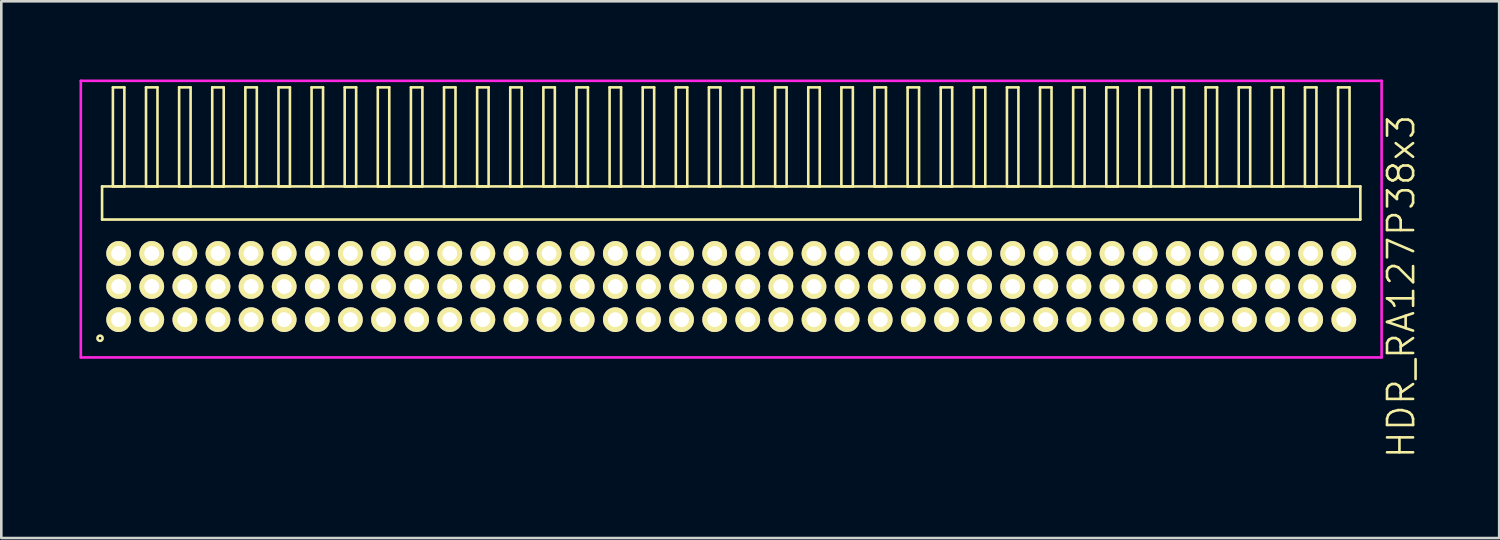
<source format=kicad_pcb>
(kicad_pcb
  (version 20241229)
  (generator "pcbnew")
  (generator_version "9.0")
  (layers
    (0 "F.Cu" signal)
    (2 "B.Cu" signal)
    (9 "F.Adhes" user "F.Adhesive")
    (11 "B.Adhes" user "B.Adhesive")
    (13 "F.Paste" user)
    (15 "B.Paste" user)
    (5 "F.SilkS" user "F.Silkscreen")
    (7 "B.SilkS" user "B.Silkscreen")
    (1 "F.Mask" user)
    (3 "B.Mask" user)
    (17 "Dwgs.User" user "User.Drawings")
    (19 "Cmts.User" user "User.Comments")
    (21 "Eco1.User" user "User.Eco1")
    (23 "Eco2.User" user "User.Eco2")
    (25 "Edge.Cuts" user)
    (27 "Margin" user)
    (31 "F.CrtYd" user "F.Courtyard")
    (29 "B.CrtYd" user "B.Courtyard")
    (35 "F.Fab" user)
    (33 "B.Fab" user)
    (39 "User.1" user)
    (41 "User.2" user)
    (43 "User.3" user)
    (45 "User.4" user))
  (footprint "HDR_RA127P38x3"
    (layer "F.Cu")
    (at 24.995 7.94)
    (property "Reference" "HDR_RA127P38x3" (at 25.695 0 90) (layer "F.SilkS") (effects (font (size 1 1) (thickness 0.1))))
    (attr through_hole)
    (fp_line (start -24.13 -3.84) (end -24.13 -2.57) (stroke (width 0.1) (type solid)) (layer "F.SilkS"))
    (fp_line (start -24.13 -2.57) (end 24.13 -2.57) (stroke (width 0.1) (type solid)) (layer "F.SilkS"))
    (fp_line (start -23.715 -7.64) (end -23.715 -3.84) (stroke (width 0.1) (type solid)) (layer "F.SilkS"))
    (fp_line (start -23.715 -3.84) (end -23.275 -3.84) (stroke (width 0.1) (type solid)) (layer "F.SilkS"))
    (fp_line (start -23.275 -7.64) (end -23.715 -7.64) (stroke (width 0.1) (type solid)) (layer "F.SilkS"))
    (fp_line (start -23.275 -3.84) (end -23.275 -7.64) (stroke (width 0.1) (type solid)) (layer "F.SilkS"))
    (fp_line (start -22.445 -7.64) (end -22.445 -3.84) (stroke (width 0.1) (type solid)) (layer "F.SilkS"))
    (fp_line (start -22.445 -3.84) (end -22.005 -3.84) (stroke (width 0.1) (type solid)) (layer "F.SilkS"))
    (fp_line (start -22.005 -7.64) (end -22.445 -7.64) (stroke (width 0.1) (type solid)) (layer "F.SilkS"))
    (fp_line (start -22.005 -3.84) (end -22.005 -7.64) (stroke (width 0.1) (type solid)) (layer "F.SilkS"))
    (fp_line (start -21.175 -7.64) (end -21.175 -3.84) (stroke (width 0.1) (type solid)) (layer "F.SilkS"))
    (fp_line (start -21.175 -3.84) (end -20.735 -3.84) (stroke (width 0.1) (type solid)) (layer "F.SilkS"))
    (fp_line (start -20.735 -7.64) (end -21.175 -7.64) (stroke (width 0.1) (type solid)) (layer "F.SilkS"))
    (fp_line (start -20.735 -3.84) (end -20.735 -7.64) (stroke (width 0.1) (type solid)) (layer "F.SilkS"))
    (fp_line (start -19.905 -7.64) (end -19.905 -3.84) (stroke (width 0.1) (type solid)) (layer "F.SilkS"))
    (fp_line (start -19.905 -3.84) (end -19.465 -3.84) (stroke (width 0.1) (type solid)) (layer "F.SilkS"))
    (fp_line (start -19.465 -7.64) (end -19.905 -7.64) (stroke (width 0.1) (type solid)) (layer "F.SilkS"))
    (fp_line (start -19.465 -3.84) (end -19.465 -7.64) (stroke (width 0.1) (type solid)) (layer "F.SilkS"))
    (fp_line (start -18.635 -7.64) (end -18.635 -3.84) (stroke (width 0.1) (type solid)) (layer "F.SilkS"))
    (fp_line (start -18.635 -3.84) (end -18.195 -3.84) (stroke (width 0.1) (type solid)) (layer "F.SilkS"))
    (fp_line (start -18.195 -7.64) (end -18.635 -7.64) (stroke (width 0.1) (type solid)) (layer "F.SilkS"))
    (fp_line (start -18.195 -3.84) (end -18.195 -7.64) (stroke (width 0.1) (type solid)) (layer "F.SilkS"))
    (fp_line (start -17.365 -7.64) (end -17.365 -3.84) (stroke (width 0.1) (type solid)) (layer "F.SilkS"))
    (fp_line (start -17.365 -3.84) (end -16.925 -3.84) (stroke (width 0.1) (type solid)) (layer "F.SilkS"))
    (fp_line (start -16.925 -7.64) (end -17.365 -7.64) (stroke (width 0.1) (type solid)) (layer "F.SilkS"))
    (fp_line (start -16.925 -3.84) (end -16.925 -7.64) (stroke (width 0.1) (type solid)) (layer "F.SilkS"))
    (fp_line (start -16.095 -7.64) (end -16.095 -3.84) (stroke (width 0.1) (type solid)) (layer "F.SilkS"))
    (fp_line (start -16.095 -3.84) (end -15.655 -3.84) (stroke (width 0.1) (type solid)) (layer "F.SilkS"))
    (fp_line (start -15.655 -7.64) (end -16.095 -7.64) (stroke (width 0.1) (type solid)) (layer "F.SilkS"))
    (fp_line (start -15.655 -3.84) (end -15.655 -7.64) (stroke (width 0.1) (type solid)) (layer "F.SilkS"))
    (fp_line (start -14.825 -7.64) (end -14.825 -3.84) (stroke (width 0.1) (type solid)) (layer "F.SilkS"))
    (fp_line (start -14.825 -3.84) (end -14.385 -3.84) (stroke (width 0.1) (type solid)) (layer "F.SilkS"))
    (fp_line (start -14.385 -7.64) (end -14.825 -7.64) (stroke (width 0.1) (type solid)) (layer "F.SilkS"))
    (fp_line (start -14.385 -3.84) (end -14.385 -7.64) (stroke (width 0.1) (type solid)) (layer "F.SilkS"))
    (fp_line (start -13.555 -7.64) (end -13.555 -3.84) (stroke (width 0.1) (type solid)) (layer "F.SilkS"))
    (fp_line (start -13.555 -3.84) (end -13.115 -3.84) (stroke (width 0.1) (type solid)) (layer "F.SilkS"))
    (fp_line (start -13.115 -7.64) (end -13.555 -7.64) (stroke (width 0.1) (type solid)) (layer "F.SilkS"))
    (fp_line (start -13.115 -3.84) (end -13.115 -7.64) (stroke (width 0.1) (type solid)) (layer "F.SilkS"))
    (fp_line (start -12.285 -7.64) (end -12.285 -3.84) (stroke (width 0.1) (type solid)) (layer "F.SilkS"))
    (fp_line (start -12.285 -3.84) (end -11.845 -3.84) (stroke (width 0.1) (type solid)) (layer "F.SilkS"))
    (fp_line (start -11.845 -7.64) (end -12.285 -7.64) (stroke (width 0.1) (type solid)) (layer "F.SilkS"))
    (fp_line (start -11.845 -3.84) (end -11.845 -7.64) (stroke (width 0.1) (type solid)) (layer "F.SilkS"))
    (fp_line (start -11.015 -7.64) (end -11.015 -3.84) (stroke (width 0.1) (type solid)) (layer "F.SilkS"))
    (fp_line (start -11.015 -3.84) (end -10.575 -3.84) (stroke (width 0.1) (type solid)) (layer "F.SilkS"))
    (fp_line (start -10.575 -7.64) (end -11.015 -7.64) (stroke (width 0.1) (type solid)) (layer "F.SilkS"))
    (fp_line (start -10.575 -3.84) (end -10.575 -7.64) (stroke (width 0.1) (type solid)) (layer "F.SilkS"))
    (fp_line (start -9.745 -7.64) (end -9.745 -3.84) (stroke (width 0.1) (type solid)) (layer "F.SilkS"))
    (fp_line (start -9.745 -3.84) (end -9.305 -3.84) (stroke (width 0.1) (type solid)) (layer "F.SilkS"))
    (fp_line (start -9.305 -7.64) (end -9.745 -7.64) (stroke (width 0.1) (type solid)) (layer "F.SilkS"))
    (fp_line (start -9.305 -3.84) (end -9.305 -7.64) (stroke (width 0.1) (type solid)) (layer "F.SilkS"))
    (fp_line (start -8.475 -7.64) (end -8.475 -3.84) (stroke (width 0.1) (type solid)) (layer "F.SilkS"))
    (fp_line (start -8.475 -3.84) (end -8.035 -3.84) (stroke (width 0.1) (type solid)) (layer "F.SilkS"))
    (fp_line (start -8.035 -7.64) (end -8.475 -7.64) (stroke (width 0.1) (type solid)) (layer "F.SilkS"))
    (fp_line (start -8.035 -3.84) (end -8.035 -7.64) (stroke (width 0.1) (type solid)) (layer "F.SilkS"))
    (fp_line (start -7.205 -7.64) (end -7.205 -3.84) (stroke (width 0.1) (type solid)) (layer "F.SilkS"))
    (fp_line (start -7.205 -3.84) (end -6.765 -3.84) (stroke (width 0.1) (type solid)) (layer "F.SilkS"))
    (fp_line (start -6.765 -7.64) (end -7.205 -7.64) (stroke (width 0.1) (type solid)) (layer "F.SilkS"))
    (fp_line (start -6.765 -3.84) (end -6.765 -7.64) (stroke (width 0.1) (type solid)) (layer "F.SilkS"))
    (fp_line (start -5.935 -7.64) (end -5.935 -3.84) (stroke (width 0.1) (type solid)) (layer "F.SilkS"))
    (fp_line (start -5.935 -3.84) (end -5.495 -3.84) (stroke (width 0.1) (type solid)) (layer "F.SilkS"))
    (fp_line (start -5.495 -7.64) (end -5.935 -7.64) (stroke (width 0.1) (type solid)) (layer "F.SilkS"))
    (fp_line (start -5.495 -3.84) (end -5.495 -7.64) (stroke (width 0.1) (type solid)) (layer "F.SilkS"))
    (fp_line (start -4.665 -7.64) (end -4.665 -3.84) (stroke (width 0.1) (type solid)) (layer "F.SilkS"))
    (fp_line (start -4.665 -3.84) (end -4.225 -3.84) (stroke (width 0.1) (type solid)) (layer "F.SilkS"))
    (fp_line (start -4.225 -7.64) (end -4.665 -7.64) (stroke (width 0.1) (type solid)) (layer "F.SilkS"))
    (fp_line (start -4.225 -3.84) (end -4.225 -7.64) (stroke (width 0.1) (type solid)) (layer "F.SilkS"))
    (fp_line (start -3.395 -7.64) (end -3.395 -3.84) (stroke (width 0.1) (type solid)) (layer "F.SilkS"))
    (fp_line (start -3.395 -3.84) (end -2.955 -3.84) (stroke (width 0.1) (type solid)) (layer "F.SilkS"))
    (fp_line (start -2.955 -7.64) (end -3.395 -7.64) (stroke (width 0.1) (type solid)) (layer "F.SilkS"))
    (fp_line (start -2.955 -3.84) (end -2.955 -7.64) (stroke (width 0.1) (type solid)) (layer "F.SilkS"))
    (fp_line (start -2.125 -7.64) (end -2.125 -3.84) (stroke (width 0.1) (type solid)) (layer "F.SilkS"))
    (fp_line (start -2.125 -3.84) (end -1.685 -3.84) (stroke (width 0.1) (type solid)) (layer "F.SilkS"))
    (fp_line (start -1.685 -7.64) (end -2.125 -7.64) (stroke (width 0.1) (type solid)) (layer "F.SilkS"))
    (fp_line (start -1.685 -3.84) (end -1.685 -7.64) (stroke (width 0.1) (type solid)) (layer "F.SilkS"))
    (fp_line (start -0.855 -7.64) (end -0.855 -3.84) (stroke (width 0.1) (type solid)) (layer "F.SilkS"))
    (fp_line (start -0.855 -3.84) (end -0.415 -3.84) (stroke (width 0.1) (type solid)) (layer "F.SilkS"))
    (fp_line (start -0.415 -7.64) (end -0.855 -7.64) (stroke (width 0.1) (type solid)) (layer "F.SilkS"))
    (fp_line (start -0.415 -3.84) (end -0.415 -7.64) (stroke (width 0.1) (type solid)) (layer "F.SilkS"))
    (fp_line (start 0.415 -7.64) (end 0.415 -3.84) (stroke (width 0.1) (type solid)) (layer "F.SilkS"))
    (fp_line (start 0.415 -3.84) (end 0.855 -3.84) (stroke (width 0.1) (type solid)) (layer "F.SilkS"))
    (fp_line (start 0.855 -7.64) (end 0.415 -7.64) (stroke (width 0.1) (type solid)) (layer "F.SilkS"))
    (fp_line (start 0.855 -3.84) (end 0.855 -7.64) (stroke (width 0.1) (type solid)) (layer "F.SilkS"))
    (fp_line (start 1.685 -7.64) (end 1.685 -3.84) (stroke (width 0.1) (type solid)) (layer "F.SilkS"))
    (fp_line (start 1.685 -3.84) (end 2.125 -3.84) (stroke (width 0.1) (type solid)) (layer "F.SilkS"))
    (fp_line (start 2.125 -7.64) (end 1.685 -7.64) (stroke (width 0.1) (type solid)) (layer "F.SilkS"))
    (fp_line (start 2.125 -3.84) (end 2.125 -7.64) (stroke (width 0.1) (type solid)) (layer "F.SilkS"))
    (fp_line (start 2.955 -7.64) (end 2.955 -3.84) (stroke (width 0.1) (type solid)) (layer "F.SilkS"))
    (fp_line (start 2.955 -3.84) (end 3.395 -3.84) (stroke (width 0.1) (type solid)) (layer "F.SilkS"))
    (fp_line (start 3.395 -7.64) (end 2.955 -7.64) (stroke (width 0.1) (type solid)) (layer "F.SilkS"))
    (fp_line (start 3.395 -3.84) (end 3.395 -7.64) (stroke (width 0.1) (type solid)) (layer "F.SilkS"))
    (fp_line (start 4.225 -7.64) (end 4.225 -3.84) (stroke (width 0.1) (type solid)) (layer "F.SilkS"))
    (fp_line (start 4.225 -3.84) (end 4.665 -3.84) (stroke (width 0.1) (type solid)) (layer "F.SilkS"))
    (fp_line (start 4.665 -7.64) (end 4.225 -7.64) (stroke (width 0.1) (type solid)) (layer "F.SilkS"))
    (fp_line (start 4.665 -3.84) (end 4.665 -7.64) (stroke (width 0.1) (type solid)) (layer "F.SilkS"))
    (fp_line (start 5.495 -7.64) (end 5.495 -3.84) (stroke (width 0.1) (type solid)) (layer "F.SilkS"))
    (fp_line (start 5.495 -3.84) (end 5.935 -3.84) (stroke (width 0.1) (type solid)) (layer "F.SilkS"))
    (fp_line (start 5.935 -7.64) (end 5.495 -7.64) (stroke (width 0.1) (type solid)) (layer "F.SilkS"))
    (fp_line (start 5.935 -3.84) (end 5.935 -7.64) (stroke (width 0.1) (type solid)) (layer "F.SilkS"))
    (fp_line (start 6.765 -7.64) (end 6.765 -3.84) (stroke (width 0.1) (type solid)) (layer "F.SilkS"))
    (fp_line (start 6.765 -3.84) (end 7.205 -3.84) (stroke (width 0.1) (type solid)) (layer "F.SilkS"))
    (fp_line (start 7.205 -7.64) (end 6.765 -7.64) (stroke (width 0.1) (type solid)) (layer "F.SilkS"))
    (fp_line (start 7.205 -3.84) (end 7.205 -7.64) (stroke (width 0.1) (type solid)) (layer "F.SilkS"))
    (fp_line (start 8.035 -7.64) (end 8.035 -3.84) (stroke (width 0.1) (type solid)) (layer "F.SilkS"))
    (fp_line (start 8.035 -3.84) (end 8.475 -3.84) (stroke (width 0.1) (type solid)) (layer "F.SilkS"))
    (fp_line (start 8.475 -7.64) (end 8.035 -7.64) (stroke (width 0.1) (type solid)) (layer "F.SilkS"))
    (fp_line (start 8.475 -3.84) (end 8.475 -7.64) (stroke (width 0.1) (type solid)) (layer "F.SilkS"))
    (fp_line (start 9.305 -7.64) (end 9.305 -3.84) (stroke (width 0.1) (type solid)) (layer "F.SilkS"))
    (fp_line (start 9.305 -3.84) (end 9.745 -3.84) (stroke (width 0.1) (type solid)) (layer "F.SilkS"))
    (fp_line (start 9.745 -7.64) (end 9.305 -7.64) (stroke (width 0.1) (type solid)) (layer "F.SilkS"))
    (fp_line (start 9.745 -3.84) (end 9.745 -7.64) (stroke (width 0.1) (type solid)) (layer "F.SilkS"))
    (fp_line (start 10.575 -7.64) (end 10.575 -3.84) (stroke (width 0.1) (type solid)) (layer "F.SilkS"))
    (fp_line (start 10.575 -3.84) (end 11.015 -3.84) (stroke (width 0.1) (type solid)) (layer "F.SilkS"))
    (fp_line (start 11.015 -7.64) (end 10.575 -7.64) (stroke (width 0.1) (type solid)) (layer "F.SilkS"))
    (fp_line (start 11.015 -3.84) (end 11.015 -7.64) (stroke (width 0.1) (type solid)) (layer "F.SilkS"))
    (fp_line (start 11.845 -7.64) (end 11.845 -3.84) (stroke (width 0.1) (type solid)) (layer "F.SilkS"))
    (fp_line (start 11.845 -3.84) (end 12.285 -3.84) (stroke (width 0.1) (type solid)) (layer "F.SilkS"))
    (fp_line (start 12.285 -7.64) (end 11.845 -7.64) (stroke (width 0.1) (type solid)) (layer "F.SilkS"))
    (fp_line (start 12.285 -3.84) (end 12.285 -7.64) (stroke (width 0.1) (type solid)) (layer "F.SilkS"))
    (fp_line (start 13.115 -7.64) (end 13.115 -3.84) (stroke (width 0.1) (type solid)) (layer "F.SilkS"))
    (fp_line (start 13.115 -3.84) (end 13.555 -3.84) (stroke (width 0.1) (type solid)) (layer "F.SilkS"))
    (fp_line (start 13.555 -7.64) (end 13.115 -7.64) (stroke (width 0.1) (type solid)) (layer "F.SilkS"))
    (fp_line (start 13.555 -3.84) (end 13.555 -7.64) (stroke (width 0.1) (type solid)) (layer "F.SilkS"))
    (fp_line (start 14.385 -7.64) (end 14.385 -3.84) (stroke (width 0.1) (type solid)) (layer "F.SilkS"))
    (fp_line (start 14.385 -3.84) (end 14.825 -3.84) (stroke (width 0.1) (type solid)) (layer "F.SilkS"))
    (fp_line (start 14.825 -7.64) (end 14.385 -7.64) (stroke (width 0.1) (type solid)) (layer "F.SilkS"))
    (fp_line (start 14.825 -3.84) (end 14.825 -7.64) (stroke (width 0.1) (type solid)) (layer "F.SilkS"))
    (fp_line (start 15.655 -7.64) (end 15.655 -3.84) (stroke (width 0.1) (type solid)) (layer "F.SilkS"))
    (fp_line (start 15.655 -3.84) (end 16.095 -3.84) (stroke (width 0.1) (type solid)) (layer "F.SilkS"))
    (fp_line (start 16.095 -7.64) (end 15.655 -7.64) (stroke (width 0.1) (type solid)) (layer "F.SilkS"))
    (fp_line (start 16.095 -3.84) (end 16.095 -7.64) (stroke (width 0.1) (type solid)) (layer "F.SilkS"))
    (fp_line (start 16.925 -7.64) (end 16.925 -3.84) (stroke (width 0.1) (type solid)) (layer "F.SilkS"))
    (fp_line (start 16.925 -3.84) (end 17.365 -3.84) (stroke (width 0.1) (type solid)) (layer "F.SilkS"))
    (fp_line (start 17.365 -7.64) (end 16.925 -7.64) (stroke (width 0.1) (type solid)) (layer "F.SilkS"))
    (fp_line (start 17.365 -3.84) (end 17.365 -7.64) (stroke (width 0.1) (type solid)) (layer "F.SilkS"))
    (fp_line (start 18.195 -7.64) (end 18.195 -3.84) (stroke (width 0.1) (type solid)) (layer "F.SilkS"))
    (fp_line (start 18.195 -3.84) (end 18.635 -3.84) (stroke (width 0.1) (type solid)) (layer "F.SilkS"))
    (fp_line (start 18.635 -7.64) (end 18.195 -7.64) (stroke (width 0.1) (type solid)) (layer "F.SilkS"))
    (fp_line (start 18.635 -3.84) (end 18.635 -7.64) (stroke (width 0.1) (type solid)) (layer "F.SilkS"))
    (fp_line (start 19.465 -7.64) (end 19.465 -3.84) (stroke (width 0.1) (type solid)) (layer "F.SilkS"))
    (fp_line (start 19.465 -3.84) (end 19.905 -3.84) (stroke (width 0.1) (type solid)) (layer "F.SilkS"))
    (fp_line (start 19.905 -7.64) (end 19.465 -7.64) (stroke (width 0.1) (type solid)) (layer "F.SilkS"))
    (fp_line (start 19.905 -3.84) (end 19.905 -7.64) (stroke (width 0.1) (type solid)) (layer "F.SilkS"))
    (fp_line (start 20.735 -7.64) (end 20.735 -3.84) (stroke (width 0.1) (type solid)) (layer "F.SilkS"))
    (fp_line (start 20.735 -3.84) (end 21.175 -3.84) (stroke (width 0.1) (type solid)) (layer "F.SilkS"))
    (fp_line (start 21.175 -7.64) (end 20.735 -7.64) (stroke (width 0.1) (type solid)) (layer "F.SilkS"))
    (fp_line (start 21.175 -3.84) (end 21.175 -7.64) (stroke (width 0.1) (type solid)) (layer "F.SilkS"))
    (fp_line (start 22.005 -7.64) (end 22.005 -3.84) (stroke (width 0.1) (type solid)) (layer "F.SilkS"))
    (fp_line (start 22.005 -3.84) (end 22.445 -3.84) (stroke (width 0.1) (type solid)) (layer "F.SilkS"))
    (fp_line (start 22.445 -7.64) (end 22.005 -7.64) (stroke (width 0.1) (type solid)) (layer "F.SilkS"))
    (fp_line (start 22.445 -3.84) (end 22.445 -7.64) (stroke (width 0.1) (type solid)) (layer "F.SilkS"))
    (fp_line (start 23.275 -7.64) (end 23.275 -3.84) (stroke (width 0.1) (type solid)) (layer "F.SilkS"))
    (fp_line (start 23.275 -3.84) (end 23.715 -3.84) (stroke (width 0.1) (type solid)) (layer "F.SilkS"))
    (fp_line (start 23.715 -7.64) (end 23.275 -7.64) (stroke (width 0.1) (type solid)) (layer "F.SilkS"))
    (fp_line (start 23.715 -3.84) (end 23.715 -7.64) (stroke (width 0.1) (type solid)) (layer "F.SilkS"))
    (fp_line (start 24.13 -3.84) (end -24.13 -3.84) (stroke (width 0.1) (type solid)) (layer "F.SilkS"))
    (fp_line (start 24.13 -2.57) (end 24.13 -3.84) (stroke (width 0.1) (type solid)) (layer "F.SilkS"))
    (fp_circle (center -24.208 1.983) (end -24.108 1.983) (stroke (width 0.1) (type solid)) (fill no) (layer "F.SilkS"))
    (fp_line (start -24.945 -7.89) (end -24.945 2.72) (stroke (width 0.1) (type solid)) (layer "F.CrtYd"))
    (fp_line (start -24.945 2.72) (end 24.945 2.72) (stroke (width 0.1) (type solid)) (layer "F.CrtYd"))
    (fp_line (start 24.945 -7.89) (end -24.945 -7.89) (stroke (width 0.1) (type solid)) (layer "F.CrtYd"))
    (fp_line (start 24.945 2.72) (end 24.945 -7.89) (stroke (width 0.1) (type solid)) (layer "F.CrtYd"))
    (pad "1" thru_hole oval (at -23.495 1.27) (size 0.95 0.95) (drill 0.57) (layers "*.Cu" "*.Mask" "F.SilkS"))
    (pad "2" thru_hole oval (at -23.495 0) (size 0.95 0.95) (drill 0.57) (layers "*.Cu" "*.Mask" "F.SilkS"))
    (pad "3" thru_hole oval (at -23.495 -1.27) (size 0.95 0.95) (drill 0.57) (layers "*.Cu" "*.Mask" "F.SilkS"))
    (pad "4" thru_hole oval (at -22.225 1.27) (size 0.95 0.95) (drill 0.57) (layers "*.Cu" "*.Mask" "F.SilkS"))
    (pad "5" thru_hole oval (at -22.225 0) (size 0.95 0.95) (drill 0.57) (layers "*.Cu" "*.Mask" "F.SilkS"))
    (pad "6" thru_hole oval (at -22.225 -1.27) (size 0.95 0.95) (drill 0.57) (layers "*.Cu" "*.Mask" "F.SilkS"))
    (pad "7" thru_hole oval (at -20.955 1.27) (size 0.95 0.95) (drill 0.57) (layers "*.Cu" "*.Mask" "F.SilkS"))
    (pad "8" thru_hole oval (at -20.955 0) (size 0.95 0.95) (drill 0.57) (layers "*.Cu" "*.Mask" "F.SilkS"))
    (pad "9" thru_hole oval (at -20.955 -1.27) (size 0.95 0.95) (drill 0.57) (layers "*.Cu" "*.Mask" "F.SilkS"))
    (pad "10" thru_hole oval (at -19.685 1.27) (size 0.95 0.95) (drill 0.57) (layers "*.Cu" "*.Mask" "F.SilkS"))
    (pad "11" thru_hole oval (at -19.685 0) (size 0.95 0.95) (drill 0.57) (layers "*.Cu" "*.Mask" "F.SilkS"))
    (pad "12" thru_hole oval (at -19.685 -1.27) (size 0.95 0.95) (drill 0.57) (layers "*.Cu" "*.Mask" "F.SilkS"))
    (pad "13" thru_hole oval (at -18.415 1.27) (size 0.95 0.95) (drill 0.57) (layers "*.Cu" "*.Mask" "F.SilkS"))
    (pad "14" thru_hole oval (at -18.415 0) (size 0.95 0.95) (drill 0.57) (layers "*.Cu" "*.Mask" "F.SilkS"))
    (pad "15" thru_hole oval (at -18.415 -1.27) (size 0.95 0.95) (drill 0.57) (layers "*.Cu" "*.Mask" "F.SilkS"))
    (pad "16" thru_hole oval (at -17.145 1.27) (size 0.95 0.95) (drill 0.57) (layers "*.Cu" "*.Mask" "F.SilkS"))
    (pad "17" thru_hole oval (at -17.145 0) (size 0.95 0.95) (drill 0.57) (layers "*.Cu" "*.Mask" "F.SilkS"))
    (pad "18" thru_hole oval (at -17.145 -1.27) (size 0.95 0.95) (drill 0.57) (layers "*.Cu" "*.Mask" "F.SilkS"))
    (pad "19" thru_hole oval (at -15.875 1.27) (size 0.95 0.95) (drill 0.57) (layers "*.Cu" "*.Mask" "F.SilkS"))
    (pad "20" thru_hole oval (at -15.875 0) (size 0.95 0.95) (drill 0.57) (layers "*.Cu" "*.Mask" "F.SilkS"))
    (pad "21" thru_hole oval (at -15.875 -1.27) (size 0.95 0.95) (drill 0.57) (layers "*.Cu" "*.Mask" "F.SilkS"))
    (pad "22" thru_hole oval (at -14.605 1.27) (size 0.95 0.95) (drill 0.57) (layers "*.Cu" "*.Mask" "F.SilkS"))
    (pad "23" thru_hole oval (at -14.605 0) (size 0.95 0.95) (drill 0.57) (layers "*.Cu" "*.Mask" "F.SilkS"))
    (pad "24" thru_hole oval (at -14.605 -1.27) (size 0.95 0.95) (drill 0.57) (layers "*.Cu" "*.Mask" "F.SilkS"))
    (pad "25" thru_hole oval (at -13.335 1.27) (size 0.95 0.95) (drill 0.57) (layers "*.Cu" "*.Mask" "F.SilkS"))
    (pad "26" thru_hole oval (at -13.335 0) (size 0.95 0.95) (drill 0.57) (layers "*.Cu" "*.Mask" "F.SilkS"))
    (pad "27" thru_hole oval (at -13.335 -1.27) (size 0.95 0.95) (drill 0.57) (layers "*.Cu" "*.Mask" "F.SilkS"))
    (pad "28" thru_hole oval (at -12.065 1.27) (size 0.95 0.95) (drill 0.57) (layers "*.Cu" "*.Mask" "F.SilkS"))
    (pad "29" thru_hole oval (at -12.065 0) (size 0.95 0.95) (drill 0.57) (layers "*.Cu" "*.Mask" "F.SilkS"))
    (pad "30" thru_hole oval (at -12.065 -1.27) (size 0.95 0.95) (drill 0.57) (layers "*.Cu" "*.Mask" "F.SilkS"))
    (pad "31" thru_hole oval (at -10.795 1.27) (size 0.95 0.95) (drill 0.57) (layers "*.Cu" "*.Mask" "F.SilkS"))
    (pad "32" thru_hole oval (at -10.795 0) (size 0.95 0.95) (drill 0.57) (layers "*.Cu" "*.Mask" "F.SilkS"))
    (pad "33" thru_hole oval (at -10.795 -1.27) (size 0.95 0.95) (drill 0.57) (layers "*.Cu" "*.Mask" "F.SilkS"))
    (pad "34" thru_hole oval (at -9.525 1.27) (size 0.95 0.95) (drill 0.57) (layers "*.Cu" "*.Mask" "F.SilkS"))
    (pad "35" thru_hole oval (at -9.525 0) (size 0.95 0.95) (drill 0.57) (layers "*.Cu" "*.Mask" "F.SilkS"))
    (pad "36" thru_hole oval (at -9.525 -1.27) (size 0.95 0.95) (drill 0.57) (layers "*.Cu" "*.Mask" "F.SilkS"))
    (pad "37" thru_hole oval (at -8.255 1.27) (size 0.95 0.95) (drill 0.57) (layers "*.Cu" "*.Mask" "F.SilkS"))
    (pad "38" thru_hole oval (at -8.255 0) (size 0.95 0.95) (drill 0.57) (layers "*.Cu" "*.Mask" "F.SilkS"))
    (pad "39" thru_hole oval (at -8.255 -1.27) (size 0.95 0.95) (drill 0.57) (layers "*.Cu" "*.Mask" "F.SilkS"))
    (pad "40" thru_hole oval (at -6.985 1.27) (size 0.95 0.95) (drill 0.57) (layers "*.Cu" "*.Mask" "F.SilkS"))
    (pad "41" thru_hole oval (at -6.985 0) (size 0.95 0.95) (drill 0.57) (layers "*.Cu" "*.Mask" "F.SilkS"))
    (pad "42" thru_hole oval (at -6.985 -1.27) (size 0.95 0.95) (drill 0.57) (layers "*.Cu" "*.Mask" "F.SilkS"))
    (pad "43" thru_hole oval (at -5.715 1.27) (size 0.95 0.95) (drill 0.57) (layers "*.Cu" "*.Mask" "F.SilkS"))
    (pad "44" thru_hole oval (at -5.715 0) (size 0.95 0.95) (drill 0.57) (layers "*.Cu" "*.Mask" "F.SilkS"))
    (pad "45" thru_hole oval (at -5.715 -1.27) (size 0.95 0.95) (drill 0.57) (layers "*.Cu" "*.Mask" "F.SilkS"))
    (pad "46" thru_hole oval (at -4.445 1.27) (size 0.95 0.95) (drill 0.57) (layers "*.Cu" "*.Mask" "F.SilkS"))
    (pad "47" thru_hole oval (at -4.445 0) (size 0.95 0.95) (drill 0.57) (layers "*.Cu" "*.Mask" "F.SilkS"))
    (pad "48" thru_hole oval (at -4.445 -1.27) (size 0.95 0.95) (drill 0.57) (layers "*.Cu" "*.Mask" "F.SilkS"))
    (pad "49" thru_hole oval (at -3.175 1.27) (size 0.95 0.95) (drill 0.57) (layers "*.Cu" "*.Mask" "F.SilkS"))
    (pad "50" thru_hole oval (at -3.175 0) (size 0.95 0.95) (drill 0.57) (layers "*.Cu" "*.Mask" "F.SilkS"))
    (pad "51" thru_hole oval (at -3.175 -1.27) (size 0.95 0.95) (drill 0.57) (layers "*.Cu" "*.Mask" "F.SilkS"))
    (pad "52" thru_hole oval (at -1.905 1.27) (size 0.95 0.95) (drill 0.57) (layers "*.Cu" "*.Mask" "F.SilkS"))
    (pad "53" thru_hole oval (at -1.905 0) (size 0.95 0.95) (drill 0.57) (layers "*.Cu" "*.Mask" "F.SilkS"))
    (pad "54" thru_hole oval (at -1.905 -1.27) (size 0.95 0.95) (drill 0.57) (layers "*.Cu" "*.Mask" "F.SilkS"))
    (pad "55" thru_hole oval (at -0.635 1.27) (size 0.95 0.95) (drill 0.57) (layers "*.Cu" "*.Mask" "F.SilkS"))
    (pad "56" thru_hole oval (at -0.635 0) (size 0.95 0.95) (drill 0.57) (layers "*.Cu" "*.Mask" "F.SilkS"))
    (pad "57" thru_hole oval (at -0.635 -1.27) (size 0.95 0.95) (drill 0.57) (layers "*.Cu" "*.Mask" "F.SilkS"))
    (pad "58" thru_hole oval (at 0.635 1.27) (size 0.95 0.95) (drill 0.57) (layers "*.Cu" "*.Mask" "F.SilkS"))
    (pad "59" thru_hole oval (at 0.635 0) (size 0.95 0.95) (drill 0.57) (layers "*.Cu" "*.Mask" "F.SilkS"))
    (pad "60" thru_hole oval (at 0.635 -1.27) (size 0.95 0.95) (drill 0.57) (layers "*.Cu" "*.Mask" "F.SilkS"))
    (pad "61" thru_hole oval (at 1.905 1.27) (size 0.95 0.95) (drill 0.57) (layers "*.Cu" "*.Mask" "F.SilkS"))
    (pad "62" thru_hole oval (at 1.905 0) (size 0.95 0.95) (drill 0.57) (layers "*.Cu" "*.Mask" "F.SilkS"))
    (pad "63" thru_hole oval (at 1.905 -1.27) (size 0.95 0.95) (drill 0.57) (layers "*.Cu" "*.Mask" "F.SilkS"))
    (pad "64" thru_hole oval (at 3.175 1.27) (size 0.95 0.95) (drill 0.57) (layers "*.Cu" "*.Mask" "F.SilkS"))
    (pad "65" thru_hole oval (at 3.175 0) (size 0.95 0.95) (drill 0.57) (layers "*.Cu" "*.Mask" "F.SilkS"))
    (pad "66" thru_hole oval (at 3.175 -1.27) (size 0.95 0.95) (drill 0.57) (layers "*.Cu" "*.Mask" "F.SilkS"))
    (pad "67" thru_hole oval (at 4.445 1.27) (size 0.95 0.95) (drill 0.57) (layers "*.Cu" "*.Mask" "F.SilkS"))
    (pad "68" thru_hole oval (at 4.445 0) (size 0.95 0.95) (drill 0.57) (layers "*.Cu" "*.Mask" "F.SilkS"))
    (pad "69" thru_hole oval (at 4.445 -1.27) (size 0.95 0.95) (drill 0.57) (layers "*.Cu" "*.Mask" "F.SilkS"))
    (pad "70" thru_hole oval (at 5.715 1.27) (size 0.95 0.95) (drill 0.57) (layers "*.Cu" "*.Mask" "F.SilkS"))
    (pad "71" thru_hole oval (at 5.715 0) (size 0.95 0.95) (drill 0.57) (layers "*.Cu" "*.Mask" "F.SilkS"))
    (pad "72" thru_hole oval (at 5.715 -1.27) (size 0.95 0.95) (drill 0.57) (layers "*.Cu" "*.Mask" "F.SilkS"))
    (pad "73" thru_hole oval (at 6.985 1.27) (size 0.95 0.95) (drill 0.57) (layers "*.Cu" "*.Mask" "F.SilkS"))
    (pad "74" thru_hole oval (at 6.985 0) (size 0.95 0.95) (drill 0.57) (layers "*.Cu" "*.Mask" "F.SilkS"))
    (pad "75" thru_hole oval (at 6.985 -1.27) (size 0.95 0.95) (drill 0.57) (layers "*.Cu" "*.Mask" "F.SilkS"))
    (pad "76" thru_hole oval (at 8.255 1.27) (size 0.95 0.95) (drill 0.57) (layers "*.Cu" "*.Mask" "F.SilkS"))
    (pad "77" thru_hole oval (at 8.255 0) (size 0.95 0.95) (drill 0.57) (layers "*.Cu" "*.Mask" "F.SilkS"))
    (pad "78" thru_hole oval (at 8.255 -1.27) (size 0.95 0.95) (drill 0.57) (layers "*.Cu" "*.Mask" "F.SilkS"))
    (pad "79" thru_hole oval (at 9.525 1.27) (size 0.95 0.95) (drill 0.57) (layers "*.Cu" "*.Mask" "F.SilkS"))
    (pad "80" thru_hole oval (at 9.525 0) (size 0.95 0.95) (drill 0.57) (layers "*.Cu" "*.Mask" "F.SilkS"))
    (pad "81" thru_hole oval (at 9.525 -1.27) (size 0.95 0.95) (drill 0.57) (layers "*.Cu" "*.Mask" "F.SilkS"))
    (pad "82" thru_hole oval (at 10.795 1.27) (size 0.95 0.95) (drill 0.57) (layers "*.Cu" "*.Mask" "F.SilkS"))
    (pad "83" thru_hole oval (at 10.795 0) (size 0.95 0.95) (drill 0.57) (layers "*.Cu" "*.Mask" "F.SilkS"))
    (pad "84" thru_hole oval (at 10.795 -1.27) (size 0.95 0.95) (drill 0.57) (layers "*.Cu" "*.Mask" "F.SilkS"))
    (pad "85" thru_hole oval (at 12.065 1.27) (size 0.95 0.95) (drill 0.57) (layers "*.Cu" "*.Mask" "F.SilkS"))
    (pad "86" thru_hole oval (at 12.065 0) (size 0.95 0.95) (drill 0.57) (layers "*.Cu" "*.Mask" "F.SilkS"))
    (pad "87" thru_hole oval (at 12.065 -1.27) (size 0.95 0.95) (drill 0.57) (layers "*.Cu" "*.Mask" "F.SilkS"))
    (pad "88" thru_hole oval (at 13.335 1.27) (size 0.95 0.95) (drill 0.57) (layers "*.Cu" "*.Mask" "F.SilkS"))
    (pad "89" thru_hole oval (at 13.335 0) (size 0.95 0.95) (drill 0.57) (layers "*.Cu" "*.Mask" "F.SilkS"))
    (pad "90" thru_hole oval (at 13.335 -1.27) (size 0.95 0.95) (drill 0.57) (layers "*.Cu" "*.Mask" "F.SilkS"))
    (pad "91" thru_hole oval (at 14.605 1.27) (size 0.95 0.95) (drill 0.57) (layers "*.Cu" "*.Mask" "F.SilkS"))
    (pad "92" thru_hole oval (at 14.605 0) (size 0.95 0.95) (drill 0.57) (layers "*.Cu" "*.Mask" "F.SilkS"))
    (pad "93" thru_hole oval (at 14.605 -1.27) (size 0.95 0.95) (drill 0.57) (layers "*.Cu" "*.Mask" "F.SilkS"))
    (pad "94" thru_hole oval (at 15.875 1.27) (size 0.95 0.95) (drill 0.57) (layers "*.Cu" "*.Mask" "F.SilkS"))
    (pad "95" thru_hole oval (at 15.875 0) (size 0.95 0.95) (drill 0.57) (layers "*.Cu" "*.Mask" "F.SilkS"))
    (pad "96" thru_hole oval (at 15.875 -1.27) (size 0.95 0.95) (drill 0.57) (layers "*.Cu" "*.Mask" "F.SilkS"))
    (pad "97" thru_hole oval (at 17.145 1.27) (size 0.95 0.95) (drill 0.57) (layers "*.Cu" "*.Mask" "F.SilkS"))
    (pad "98" thru_hole oval (at 17.145 0) (size 0.95 0.95) (drill 0.57) (layers "*.Cu" "*.Mask" "F.SilkS"))
    (pad "99" thru_hole oval (at 17.145 -1.27) (size 0.95 0.95) (drill 0.57) (layers "*.Cu" "*.Mask" "F.SilkS"))
    (pad "100" thru_hole oval (at 18.415 1.27) (size 0.95 0.95) (drill 0.57) (layers "*.Cu" "*.Mask" "F.SilkS"))
    (pad "101" thru_hole oval (at 18.415 0) (size 0.95 0.95) (drill 0.57) (layers "*.Cu" "*.Mask" "F.SilkS"))
    (pad "102" thru_hole oval (at 18.415 -1.27) (size 0.95 0.95) (drill 0.57) (layers "*.Cu" "*.Mask" "F.SilkS"))
    (pad "103" thru_hole oval (at 19.685 1.27) (size 0.95 0.95) (drill 0.57) (layers "*.Cu" "*.Mask" "F.SilkS"))
    (pad "104" thru_hole oval (at 19.685 0) (size 0.95 0.95) (drill 0.57) (layers "*.Cu" "*.Mask" "F.SilkS"))
    (pad "105" thru_hole oval (at 19.685 -1.27) (size 0.95 0.95) (drill 0.57) (layers "*.Cu" "*.Mask" "F.SilkS"))
    (pad "106" thru_hole oval (at 20.955 1.27) (size 0.95 0.95) (drill 0.57) (layers "*.Cu" "*.Mask" "F.SilkS"))
    (pad "107" thru_hole oval (at 20.955 0) (size 0.95 0.95) (drill 0.57) (layers "*.Cu" "*.Mask" "F.SilkS"))
    (pad "108" thru_hole oval (at 20.955 -1.27) (size 0.95 0.95) (drill 0.57) (layers "*.Cu" "*.Mask" "F.SilkS"))
    (pad "109" thru_hole oval (at 22.225 1.27) (size 0.95 0.95) (drill 0.57) (layers "*.Cu" "*.Mask" "F.SilkS"))
    (pad "110" thru_hole oval (at 22.225 0) (size 0.95 0.95) (drill 0.57) (layers "*.Cu" "*.Mask" "F.SilkS"))
    (pad "111" thru_hole oval (at 22.225 -1.27) (size 0.95 0.95) (drill 0.57) (layers "*.Cu" "*.Mask" "F.SilkS"))
    (pad "112" thru_hole oval (at 23.495 1.27) (size 0.95 0.95) (drill 0.57) (layers "*.Cu" "*.Mask" "F.SilkS"))
    (pad "113" thru_hole oval (at 23.495 0) (size 0.95 0.95) (drill 0.57) (layers "*.Cu" "*.Mask" "F.SilkS"))
    (pad "114" thru_hole oval (at 23.495 -1.27) (size 0.95 0.95) (drill 0.57) (layers "*.Cu" "*.Mask" "F.SilkS")))
  (gr_rect
    (start -3 -3)
    (end 54.45 17.585)
    (stroke (width 0.1) (type default))
    (fill no)
    (layer "Edge.Cuts")))
</source>
